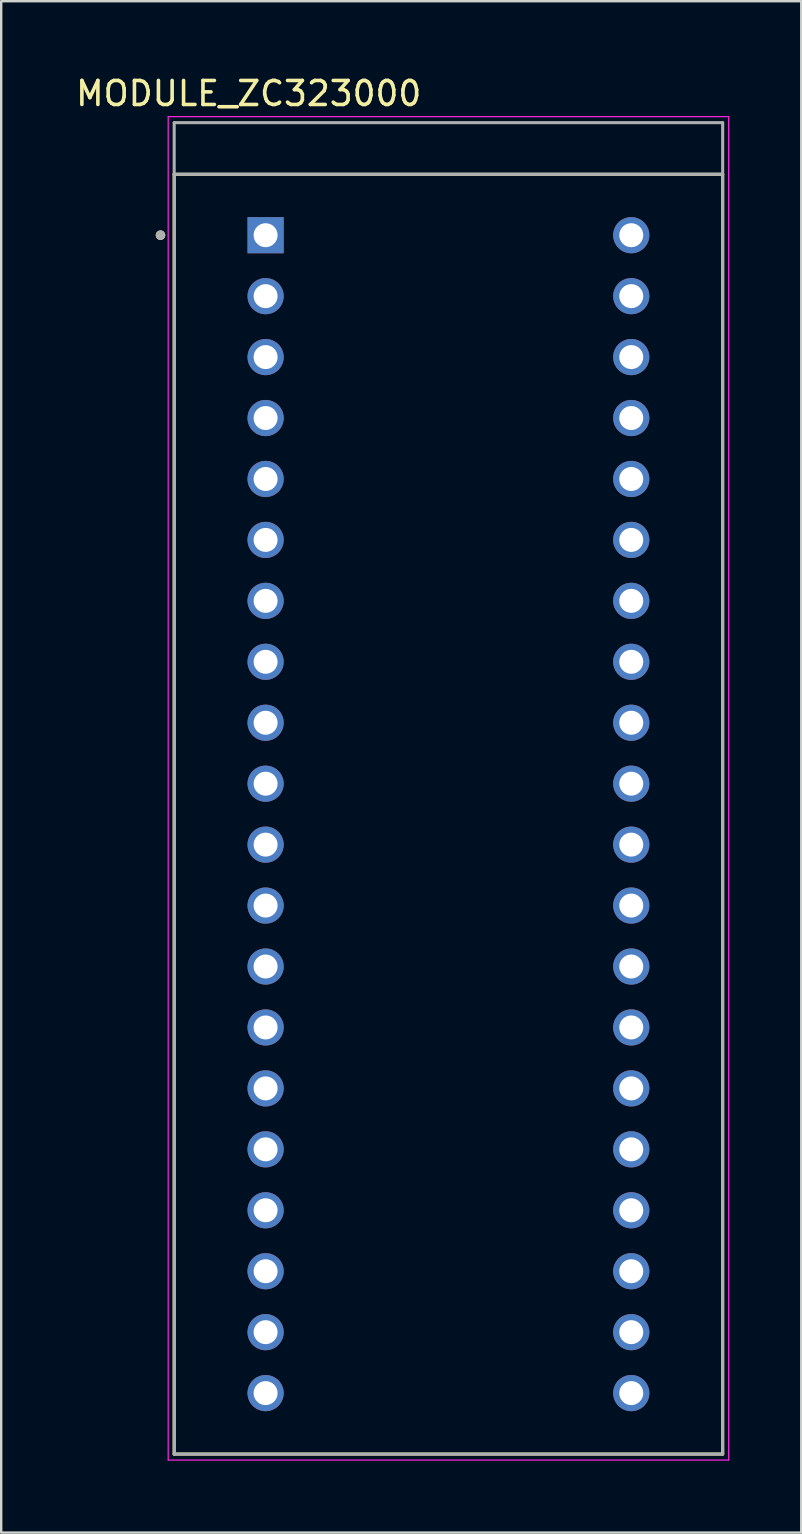
<source format=kicad_pcb>
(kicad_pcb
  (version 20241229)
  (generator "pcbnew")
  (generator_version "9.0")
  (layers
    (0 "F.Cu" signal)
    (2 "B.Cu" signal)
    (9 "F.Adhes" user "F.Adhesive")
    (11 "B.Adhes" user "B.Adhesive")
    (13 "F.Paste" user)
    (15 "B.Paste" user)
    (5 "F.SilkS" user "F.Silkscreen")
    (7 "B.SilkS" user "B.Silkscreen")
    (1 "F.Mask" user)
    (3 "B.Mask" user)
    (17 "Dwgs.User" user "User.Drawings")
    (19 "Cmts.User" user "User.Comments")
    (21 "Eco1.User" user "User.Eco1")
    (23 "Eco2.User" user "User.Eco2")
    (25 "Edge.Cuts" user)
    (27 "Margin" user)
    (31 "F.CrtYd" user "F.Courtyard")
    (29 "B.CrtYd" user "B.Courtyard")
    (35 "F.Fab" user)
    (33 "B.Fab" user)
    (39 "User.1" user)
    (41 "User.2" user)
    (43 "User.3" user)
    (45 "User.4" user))
  (footprint "MODULE_ZC323000"
    (layer "F.Cu")
    (at 15.64 30.883)
    (property "Reference" "MODULE_ZC323000" (at -8.325 -30.035 0) (layer "F.SilkS") (effects (font (size 1 1) (thickness 0.15))))
    (attr through_hole)
    (fp_line (start -11.43 -26.67) (end 11.43 -26.67) (stroke (width 0.127) (type solid)) (layer "F.SilkS"))
    (fp_line (start -11.43 26.67) (end -11.43 -26.67) (stroke (width 0.127) (type solid)) (layer "F.SilkS"))
    (fp_line (start 11.43 -26.67) (end 11.43 26.67) (stroke (width 0.127) (type solid)) (layer "F.SilkS"))
    (fp_line (start 11.43 26.67) (end -11.43 26.67) (stroke (width 0.127) (type solid)) (layer "F.SilkS"))
    (fp_circle (center -12 -24.13) (end -11.9 -24.13) (stroke (width 0.2) (type solid)) (fill no) (layer "F.SilkS"))
    (fp_line (start -11.68 -29.07) (end 11.68 -29.07) (stroke (width 0.05) (type solid)) (layer "F.CrtYd"))
    (fp_line (start -11.68 26.92) (end -11.68 -29.07) (stroke (width 0.05) (type solid)) (layer "F.CrtYd"))
    (fp_line (start 11.68 -29.07) (end 11.68 26.92) (stroke (width 0.05) (type solid)) (layer "F.CrtYd"))
    (fp_line (start 11.68 26.92) (end -11.68 26.92) (stroke (width 0.05) (type solid)) (layer "F.CrtYd"))
    (fp_line (start -11.43 -28.82) (end 11.43 -28.82) (stroke (width 0.127) (type solid)) (layer "F.Fab"))
    (fp_line (start -11.43 -26.67) (end -11.43 -28.82) (stroke (width 0.127) (type solid)) (layer "F.Fab"))
    (fp_line (start -11.43 -26.67) (end 11.43 -26.67) (stroke (width 0.127) (type solid)) (layer "F.Fab"))
    (fp_line (start -11.43 26.67) (end -11.43 -26.67) (stroke (width 0.127) (type solid)) (layer "F.Fab"))
    (fp_line (start 11.43 -28.82) (end 11.43 -26.67) (stroke (width 0.127) (type solid)) (layer "F.Fab"))
    (fp_line (start 11.43 -26.67) (end 11.43 26.67) (stroke (width 0.127) (type solid)) (layer "F.Fab"))
    (fp_line (start 11.43 26.67) (end -11.43 26.67) (stroke (width 0.127) (type solid)) (layer "F.Fab"))
    (fp_circle (center -12 -24.13) (end -11.9 -24.13) (stroke (width 0.2) (type solid)) (fill no) (layer "F.Fab"))
    (pad "1" thru_hole rect (at -7.62 -24.13) (size 1.508 1.508) (drill 1) (layers "*.Cu" "*.Mask"))
    (pad "2" thru_hole circle (at -7.62 -21.59) (size 1.508 1.508) (drill 1) (layers "*.Cu" "*.Mask"))
    (pad "3" thru_hole circle (at -7.62 -19.05) (size 1.508 1.508) (drill 1) (layers "*.Cu" "*.Mask"))
    (pad "4" thru_hole circle (at -7.62 -16.51) (size 1.508 1.508) (drill 1) (layers "*.Cu" "*.Mask"))
    (pad "5" thru_hole circle (at -7.62 -13.97) (size 1.508 1.508) (drill 1) (layers "*.Cu" "*.Mask"))
    (pad "6" thru_hole circle (at -7.62 -11.43) (size 1.508 1.508) (drill 1) (layers "*.Cu" "*.Mask"))
    (pad "7" thru_hole circle (at -7.62 -8.89) (size 1.508 1.508) (drill 1) (layers "*.Cu" "*.Mask"))
    (pad "8" thru_hole circle (at -7.62 -6.35) (size 1.508 1.508) (drill 1) (layers "*.Cu" "*.Mask"))
    (pad "9" thru_hole circle (at -7.62 -3.81) (size 1.508 1.508) (drill 1) (layers "*.Cu" "*.Mask"))
    (pad "10" thru_hole circle (at -7.62 -1.27) (size 1.508 1.508) (drill 1) (layers "*.Cu" "*.Mask"))
    (pad "11" thru_hole circle (at -7.62 1.27) (size 1.508 1.508) (drill 1) (layers "*.Cu" "*.Mask"))
    (pad "12" thru_hole circle (at -7.62 3.81) (size 1.508 1.508) (drill 1) (layers "*.Cu" "*.Mask"))
    (pad "13" thru_hole circle (at -7.62 6.35) (size 1.508 1.508) (drill 1) (layers "*.Cu" "*.Mask"))
    (pad "14" thru_hole circle (at -7.62 8.89) (size 1.508 1.508) (drill 1) (layers "*.Cu" "*.Mask"))
    (pad "15" thru_hole circle (at -7.62 11.43) (size 1.508 1.508) (drill 1) (layers "*.Cu" "*.Mask"))
    (pad "16" thru_hole circle (at -7.62 13.97) (size 1.508 1.508) (drill 1) (layers "*.Cu" "*.Mask"))
    (pad "17" thru_hole circle (at -7.62 16.51) (size 1.508 1.508) (drill 1) (layers "*.Cu" "*.Mask"))
    (pad "18" thru_hole circle (at -7.62 19.05) (size 1.508 1.508) (drill 1) (layers "*.Cu" "*.Mask"))
    (pad "19" thru_hole circle (at -7.62 21.59) (size 1.508 1.508) (drill 1) (layers "*.Cu" "*.Mask"))
    (pad "20" thru_hole circle (at -7.62 24.13) (size 1.508 1.508) (drill 1) (layers "*.Cu" "*.Mask"))
    (pad "21" thru_hole circle (at 7.62 24.13) (size 1.508 1.508) (drill 1) (layers "*.Cu" "*.Mask"))
    (pad "22" thru_hole circle (at 7.62 21.59) (size 1.508 1.508) (drill 1) (layers "*.Cu" "*.Mask"))
    (pad "23" thru_hole circle (at 7.62 19.05) (size 1.508 1.508) (drill 1) (layers "*.Cu" "*.Mask"))
    (pad "24" thru_hole circle (at 7.62 16.51) (size 1.508 1.508) (drill 1) (layers "*.Cu" "*.Mask"))
    (pad "25" thru_hole circle (at 7.62 13.97) (size 1.508 1.508) (drill 1) (layers "*.Cu" "*.Mask"))
    (pad "26" thru_hole circle (at 7.62 11.43) (size 1.508 1.508) (drill 1) (layers "*.Cu" "*.Mask"))
    (pad "27" thru_hole circle (at 7.62 8.89) (size 1.508 1.508) (drill 1) (layers "*.Cu" "*.Mask"))
    (pad "28" thru_hole circle (at 7.62 6.35) (size 1.508 1.508) (drill 1) (layers "*.Cu" "*.Mask"))
    (pad "29" thru_hole circle (at 7.62 3.81) (size 1.508 1.508) (drill 1) (layers "*.Cu" "*.Mask"))
    (pad "30" thru_hole circle (at 7.62 1.27) (size 1.508 1.508) (drill 1) (layers "*.Cu" "*.Mask"))
    (pad "31" thru_hole circle (at 7.62 -1.27) (size 1.508 1.508) (drill 1) (layers "*.Cu" "*.Mask"))
    (pad "32" thru_hole circle (at 7.62 -3.81) (size 1.508 1.508) (drill 1) (layers "*.Cu" "*.Mask"))
    (pad "33" thru_hole circle (at 7.62 -6.35) (size 1.508 1.508) (drill 1) (layers "*.Cu" "*.Mask"))
    (pad "34" thru_hole circle (at 7.62 -8.89) (size 1.508 1.508) (drill 1) (layers "*.Cu" "*.Mask"))
    (pad "35" thru_hole circle (at 7.62 -11.43) (size 1.508 1.508) (drill 1) (layers "*.Cu" "*.Mask"))
    (pad "36" thru_hole circle (at 7.62 -13.97) (size 1.508 1.508) (drill 1) (layers "*.Cu" "*.Mask"))
    (pad "37" thru_hole circle (at 7.62 -16.51) (size 1.508 1.508) (drill 1) (layers "*.Cu" "*.Mask"))
    (pad "38" thru_hole circle (at 7.62 -19.05) (size 1.508 1.508) (drill 1) (layers "*.Cu" "*.Mask"))
    (pad "39" thru_hole circle (at 7.62 -21.59) (size 1.508 1.508) (drill 1) (layers "*.Cu" "*.Mask"))
    (pad "40" thru_hole circle (at 7.62 -24.13) (size 1.508 1.508) (drill 1) (layers "*.Cu" "*.Mask")))
  (gr_rect
    (start -3 -3)
    (end 30.345 60.828)
    (stroke (width 0.1) (type default))
    (fill no)
    (layer "Edge.Cuts")))
</source>
